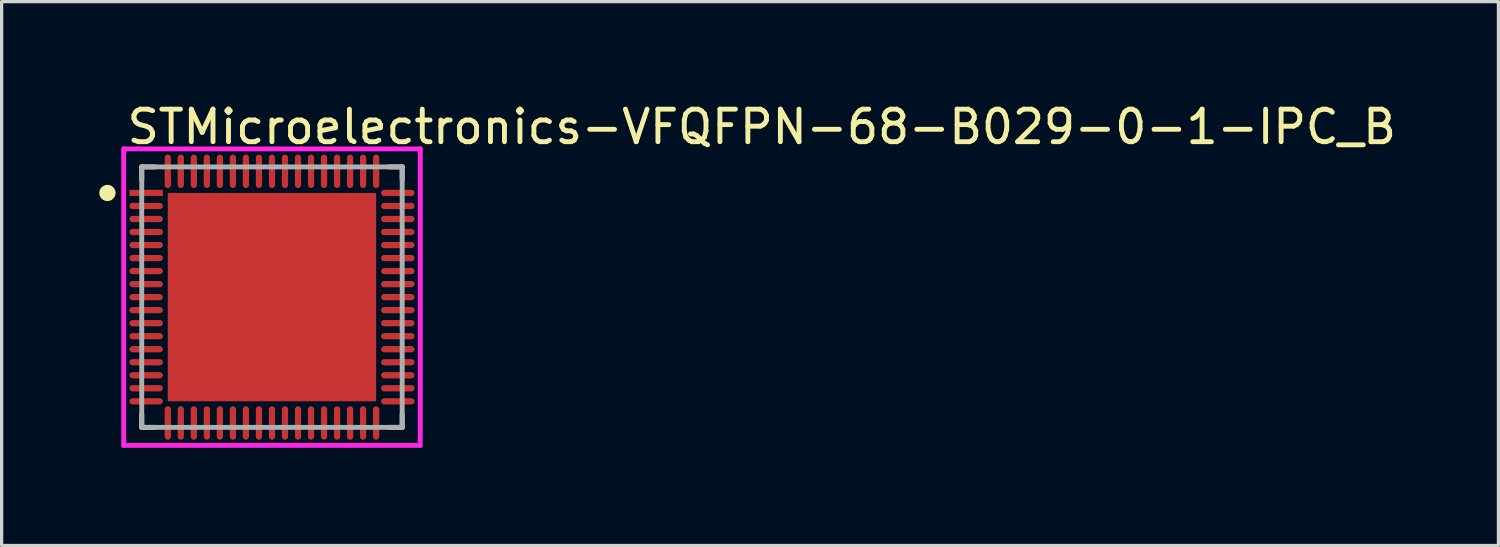
<source format=kicad_pcb>
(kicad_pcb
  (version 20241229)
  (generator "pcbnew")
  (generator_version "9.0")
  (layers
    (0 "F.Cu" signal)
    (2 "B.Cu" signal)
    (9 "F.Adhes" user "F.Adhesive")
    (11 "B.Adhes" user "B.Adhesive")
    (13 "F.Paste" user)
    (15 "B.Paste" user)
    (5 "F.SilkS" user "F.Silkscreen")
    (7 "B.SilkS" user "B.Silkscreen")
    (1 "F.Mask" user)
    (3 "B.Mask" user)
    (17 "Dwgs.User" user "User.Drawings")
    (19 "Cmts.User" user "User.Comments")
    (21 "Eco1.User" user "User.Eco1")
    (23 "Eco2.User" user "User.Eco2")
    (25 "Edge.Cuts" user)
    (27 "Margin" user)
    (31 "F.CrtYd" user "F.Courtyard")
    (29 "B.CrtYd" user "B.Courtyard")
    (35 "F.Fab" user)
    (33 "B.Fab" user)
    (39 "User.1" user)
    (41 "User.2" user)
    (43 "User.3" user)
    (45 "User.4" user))
  (footprint "STMicroelectronics-VFQFPN-68-B029-0-1-IPC_B"
    (layer "F.Cu")
    (at 5.304 6.077)
    (property "Reference" "STMicroelectronics-VFQFPN-68-B029-0-1-IPC_B" (at -4.529 -5.229 0) (layer "F.SilkS") (effects (font (size 1 1) (thickness 0.15)) (justify left)))
    (attr through_hole)
    (fp_line (start -4 -4) (end -4 -3.6) (stroke (width 0.15) (type solid)) (layer "F.SilkS"))
    (fp_line (start -4 4) (end -4 3.6) (stroke (width 0.15) (type solid)) (layer "F.SilkS"))
    (fp_line (start -3.6 -4) (end -4 -4) (stroke (width 0.15) (type solid)) (layer "F.SilkS"))
    (fp_line (start -3.6 4) (end -4 4) (stroke (width 0.15) (type solid)) (layer "F.SilkS"))
    (fp_line (start 3.6 -4) (end 4 -4) (stroke (width 0.15) (type solid)) (layer "F.SilkS"))
    (fp_line (start 3.6 4) (end 4 4) (stroke (width 0.15) (type solid)) (layer "F.SilkS"))
    (fp_line (start 4 -4) (end 4 -3.6) (stroke (width 0.15) (type solid)) (layer "F.SilkS"))
    (fp_line (start 4 4) (end 4 3.6) (stroke (width 0.15) (type solid)) (layer "F.SilkS"))
    (fp_circle (center -5.054 -3.2) (end -4.929 -3.2) (stroke (width 0.25) (type solid)) (fill no) (layer "F.SilkS"))
    (fp_poly (pts (xy -2.416 -2.416) (xy -0.392 -2.416) (xy -0.392 -0.392) (xy -2.416 -0.392)) (stroke (width 0) (type solid)) (fill yes) (layer "F.Paste"))
    (fp_poly (pts (xy -2.416 0.392) (xy -0.392 0.392) (xy -0.392 2.416) (xy -2.416 2.416)) (stroke (width 0) (type solid)) (fill yes) (layer "F.Paste"))
    (fp_poly (pts (xy 0.392 -2.416) (xy 2.416 -2.416) (xy 2.416 -0.392) (xy 0.392 -0.392)) (stroke (width 0) (type solid)) (fill yes) (layer "F.Paste"))
    (fp_poly (pts (xy 0.392 0.392) (xy 2.416 0.392) (xy 2.416 2.416) (xy 0.392 2.416)) (stroke (width 0) (type solid)) (fill yes) (layer "F.Paste"))
    (fp_line (start -4.554 -4.554) (end -4.554 4.554) (stroke (width 0.15) (type solid)) (layer "F.CrtYd"))
    (fp_line (start -4.554 4.554) (end 4.554 4.554) (stroke (width 0.15) (type solid)) (layer "F.CrtYd"))
    (fp_line (start 4.554 -4.554) (end -4.554 -4.554) (stroke (width 0.15) (type solid)) (layer "F.CrtYd"))
    (fp_line (start 4.554 -4.554) (end 4.554 -4.554) (stroke (width 0.15) (type solid)) (layer "F.CrtYd"))
    (fp_line (start 4.554 4.554) (end 4.554 -4.554) (stroke (width 0.15) (type solid)) (layer "F.CrtYd"))
    (fp_line (start -4 -4) (end 4 -4) (stroke (width 0.15) (type solid)) (layer "F.Fab"))
    (fp_line (start -4 4) (end -4 -4) (stroke (width 0.15) (type solid)) (layer "F.Fab"))
    (fp_line (start 4 -4) (end 4 4) (stroke (width 0.15) (type solid)) (layer "F.Fab"))
    (fp_line (start 4 4) (end -4 4) (stroke (width 0.15) (type solid)) (layer "F.Fab"))
    (pad "1" smd rect (at -3.865 -3.2) (size 1.029 0.192) (layers "F.Cu" "F.Mask" "F.Paste"))
    (pad "2" smd roundrect (at -3.865 -2.8) (size 1.029 0.192) (layers "F.Cu" "F.Mask" "F.Paste") (roundrect_rratio 0.5))
    (pad "3" smd roundrect (at -3.865 -2.4) (size 1.029 0.192) (layers "F.Cu" "F.Mask" "F.Paste") (roundrect_rratio 0.5))
    (pad "4" smd roundrect (at -3.865 -2) (size 1.029 0.192) (layers "F.Cu" "F.Mask" "F.Paste") (roundrect_rratio 0.5))
    (pad "5" smd roundrect (at -3.865 -1.6) (size 1.029 0.192) (layers "F.Cu" "F.Mask" "F.Paste") (roundrect_rratio 0.5))
    (pad "6" smd roundrect (at -3.865 -1.2) (size 1.029 0.192) (layers "F.Cu" "F.Mask" "F.Paste") (roundrect_rratio 0.5))
    (pad "7" smd roundrect (at -3.865 -0.8) (size 1.029 0.192) (layers "F.Cu" "F.Mask" "F.Paste") (roundrect_rratio 0.5))
    (pad "8" smd roundrect (at -3.865 -0.4) (size 1.029 0.192) (layers "F.Cu" "F.Mask" "F.Paste") (roundrect_rratio 0.5))
    (pad "9" smd roundrect (at -3.865 0) (size 1.029 0.192) (layers "F.Cu" "F.Mask" "F.Paste") (roundrect_rratio 0.5))
    (pad "10" smd roundrect (at -3.865 0.4) (size 1.029 0.192) (layers "F.Cu" "F.Mask" "F.Paste") (roundrect_rratio 0.5))
    (pad "11" smd roundrect (at -3.865 0.8) (size 1.029 0.192) (layers "F.Cu" "F.Mask" "F.Paste") (roundrect_rratio 0.5))
    (pad "12" smd roundrect (at -3.865 1.2) (size 1.029 0.192) (layers "F.Cu" "F.Mask" "F.Paste") (roundrect_rratio 0.5))
    (pad "13" smd roundrect (at -3.865 1.6) (size 1.029 0.192) (layers "F.Cu" "F.Mask" "F.Paste") (roundrect_rratio 0.5))
    (pad "14" smd roundrect (at -3.865 2) (size 1.029 0.192) (layers "F.Cu" "F.Mask" "F.Paste") (roundrect_rratio 0.5))
    (pad "15" smd roundrect (at -3.865 2.4) (size 1.029 0.192) (layers "F.Cu" "F.Mask" "F.Paste") (roundrect_rratio 0.5))
    (pad "16" smd roundrect (at -3.865 2.8) (size 1.029 0.192) (layers "F.Cu" "F.Mask" "F.Paste") (roundrect_rratio 0.5))
    (pad "17" smd roundrect (at -3.865 3.2) (size 1.029 0.192) (layers "F.Cu" "F.Mask" "F.Paste") (roundrect_rratio 0.5))
    (pad "18" smd roundrect (at -3.2 3.865) (size 0.192 1.029) (layers "F.Cu" "F.Mask" "F.Paste") (roundrect_rratio 0.5))
    (pad "19" smd roundrect (at -2.8 3.865) (size 0.192 1.029) (layers "F.Cu" "F.Mask" "F.Paste") (roundrect_rratio 0.5))
    (pad "20" smd roundrect (at -2.4 3.865) (size 0.192 1.029) (layers "F.Cu" "F.Mask" "F.Paste") (roundrect_rratio 0.5))
    (pad "21" smd roundrect (at -2 3.865) (size 0.192 1.029) (layers "F.Cu" "F.Mask" "F.Paste") (roundrect_rratio 0.5))
    (pad "22" smd roundrect (at -1.6 3.865) (size 0.192 1.029) (layers "F.Cu" "F.Mask" "F.Paste") (roundrect_rratio 0.5))
    (pad "23" smd roundrect (at -1.2 3.865) (size 0.192 1.029) (layers "F.Cu" "F.Mask" "F.Paste") (roundrect_rratio 0.5))
    (pad "24" smd roundrect (at -0.8 3.865) (size 0.192 1.029) (layers "F.Cu" "F.Mask" "F.Paste") (roundrect_rratio 0.5))
    (pad "25" smd roundrect (at -0.4 3.865) (size 0.192 1.029) (layers "F.Cu" "F.Mask" "F.Paste") (roundrect_rratio 0.5))
    (pad "26" smd roundrect (at 0 3.865) (size 0.192 1.029) (layers "F.Cu" "F.Mask" "F.Paste") (roundrect_rratio 0.5))
    (pad "27" smd roundrect (at 0.4 3.865) (size 0.192 1.029) (layers "F.Cu" "F.Mask" "F.Paste") (roundrect_rratio 0.5))
    (pad "28" smd roundrect (at 0.8 3.865) (size 0.192 1.029) (layers "F.Cu" "F.Mask" "F.Paste") (roundrect_rratio 0.5))
    (pad "29" smd roundrect (at 1.2 3.865) (size 0.192 1.029) (layers "F.Cu" "F.Mask" "F.Paste") (roundrect_rratio 0.5))
    (pad "30" smd roundrect (at 1.6 3.865) (size 0.192 1.029) (layers "F.Cu" "F.Mask" "F.Paste") (roundrect_rratio 0.5))
    (pad "31" smd roundrect (at 2 3.865) (size 0.192 1.029) (layers "F.Cu" "F.Mask" "F.Paste") (roundrect_rratio 0.5))
    (pad "32" smd roundrect (at 2.4 3.865) (size 0.192 1.029) (layers "F.Cu" "F.Mask" "F.Paste") (roundrect_rratio 0.5))
    (pad "33" smd roundrect (at 2.8 3.865) (size 0.192 1.029) (layers "F.Cu" "F.Mask" "F.Paste") (roundrect_rratio 0.5))
    (pad "34" smd roundrect (at 3.2 3.865) (size 0.192 1.029) (layers "F.Cu" "F.Mask" "F.Paste") (roundrect_rratio 0.5))
    (pad "35" smd roundrect (at 3.865 3.2) (size 1.029 0.192) (layers "F.Cu" "F.Mask" "F.Paste") (roundrect_rratio 0.5))
    (pad "36" smd roundrect (at 3.865 2.8) (size 1.029 0.192) (layers "F.Cu" "F.Mask" "F.Paste") (roundrect_rratio 0.5))
    (pad "37" smd roundrect (at 3.865 2.4) (size 1.029 0.192) (layers "F.Cu" "F.Mask" "F.Paste") (roundrect_rratio 0.5))
    (pad "38" smd roundrect (at 3.865 2) (size 1.029 0.192) (layers "F.Cu" "F.Mask" "F.Paste") (roundrect_rratio 0.5))
    (pad "39" smd roundrect (at 3.865 1.6) (size 1.029 0.192) (layers "F.Cu" "F.Mask" "F.Paste") (roundrect_rratio 0.5))
    (pad "40" smd roundrect (at 3.865 1.2) (size 1.029 0.192) (layers "F.Cu" "F.Mask" "F.Paste") (roundrect_rratio 0.5))
    (pad "41" smd roundrect (at 3.865 0.8) (size 1.029 0.192) (layers "F.Cu" "F.Mask" "F.Paste") (roundrect_rratio 0.5))
    (pad "42" smd roundrect (at 3.865 0.4) (size 1.029 0.192) (layers "F.Cu" "F.Mask" "F.Paste") (roundrect_rratio 0.5))
    (pad "43" smd roundrect (at 3.865 0) (size 1.029 0.192) (layers "F.Cu" "F.Mask" "F.Paste") (roundrect_rratio 0.5))
    (pad "44" smd roundrect (at 3.865 -0.4) (size 1.029 0.192) (layers "F.Cu" "F.Mask" "F.Paste") (roundrect_rratio 0.5))
    (pad "45" smd roundrect (at 3.865 -0.8) (size 1.029 0.192) (layers "F.Cu" "F.Mask" "F.Paste") (roundrect_rratio 0.5))
    (pad "46" smd roundrect (at 3.865 -1.2) (size 1.029 0.192) (layers "F.Cu" "F.Mask" "F.Paste") (roundrect_rratio 0.5))
    (pad "47" smd roundrect (at 3.865 -1.6) (size 1.029 0.192) (layers "F.Cu" "F.Mask" "F.Paste") (roundrect_rratio 0.5))
    (pad "48" smd roundrect (at 3.865 -2) (size 1.029 0.192) (layers "F.Cu" "F.Mask" "F.Paste") (roundrect_rratio 0.5))
    (pad "49" smd roundrect (at 3.865 -2.4) (size 1.029 0.192) (layers "F.Cu" "F.Mask" "F.Paste") (roundrect_rratio 0.5))
    (pad "50" smd roundrect (at 3.865 -2.8) (size 1.029 0.192) (layers "F.Cu" "F.Mask" "F.Paste") (roundrect_rratio 0.5))
    (pad "51" smd roundrect (at 3.865 -3.2) (size 1.029 0.192) (layers "F.Cu" "F.Mask" "F.Paste") (roundrect_rratio 0.5))
    (pad "52" smd roundrect (at 3.2 -3.865) (size 0.192 1.029) (layers "F.Cu" "F.Mask" "F.Paste") (roundrect_rratio 0.5))
    (pad "53" smd roundrect (at 2.8 -3.865) (size 0.192 1.029) (layers "F.Cu" "F.Mask" "F.Paste") (roundrect_rratio 0.5))
    (pad "54" smd roundrect (at 2.4 -3.865) (size 0.192 1.029) (layers "F.Cu" "F.Mask" "F.Paste") (roundrect_rratio 0.5))
    (pad "55" smd roundrect (at 2 -3.865) (size 0.192 1.029) (layers "F.Cu" "F.Mask" "F.Paste") (roundrect_rratio 0.5))
    (pad "56" smd roundrect (at 1.6 -3.865) (size 0.192 1.029) (layers "F.Cu" "F.Mask" "F.Paste") (roundrect_rratio 0.5))
    (pad "57" smd roundrect (at 1.2 -3.865) (size 0.192 1.029) (layers "F.Cu" "F.Mask" "F.Paste") (roundrect_rratio 0.5))
    (pad "58" smd roundrect (at 0.8 -3.865) (size 0.192 1.029) (layers "F.Cu" "F.Mask" "F.Paste") (roundrect_rratio 0.5))
    (pad "59" smd roundrect (at 0.4 -3.865) (size 0.192 1.029) (layers "F.Cu" "F.Mask" "F.Paste") (roundrect_rratio 0.5))
    (pad "60" smd roundrect (at 0 -3.865) (size 0.192 1.029) (layers "F.Cu" "F.Mask" "F.Paste") (roundrect_rratio 0.5))
    (pad "61" smd roundrect (at -0.4 -3.865) (size 0.192 1.029) (layers "F.Cu" "F.Mask" "F.Paste") (roundrect_rratio 0.5))
    (pad "62" smd roundrect (at -0.8 -3.865) (size 0.192 1.029) (layers "F.Cu" "F.Mask" "F.Paste") (roundrect_rratio 0.5))
    (pad "63" smd roundrect (at -1.2 -3.865) (size 0.192 1.029) (layers "F.Cu" "F.Mask" "F.Paste") (roundrect_rratio 0.5))
    (pad "64" smd roundrect (at -1.6 -3.865) (size 0.192 1.029) (layers "F.Cu" "F.Mask" "F.Paste") (roundrect_rratio 0.5))
    (pad "65" smd roundrect (at -2 -3.865) (size 0.192 1.029) (layers "F.Cu" "F.Mask" "F.Paste") (roundrect_rratio 0.5))
    (pad "66" smd roundrect (at -2.4 -3.865) (size 0.192 1.029) (layers "F.Cu" "F.Mask" "F.Paste") (roundrect_rratio 0.5))
    (pad "67" smd roundrect (at -2.8 -3.865) (size 0.192 1.029) (layers "F.Cu" "F.Mask" "F.Paste") (roundrect_rratio 0.5))
    (pad "68" smd roundrect (at -3.2 -3.865) (size 0.192 1.029) (layers "F.Cu" "F.Mask" "F.Paste") (roundrect_rratio 0.5))
    (pad "69" smd rect (at 0 0) (size 6.4 6.4) (layers "F.Cu" "F.Mask")))
  (gr_rect
    (start -3 -3)
    (end 42.977 13.706)
    (stroke (width 0.1) (type default))
    (fill no)
    (layer "Edge.Cuts")))
</source>
